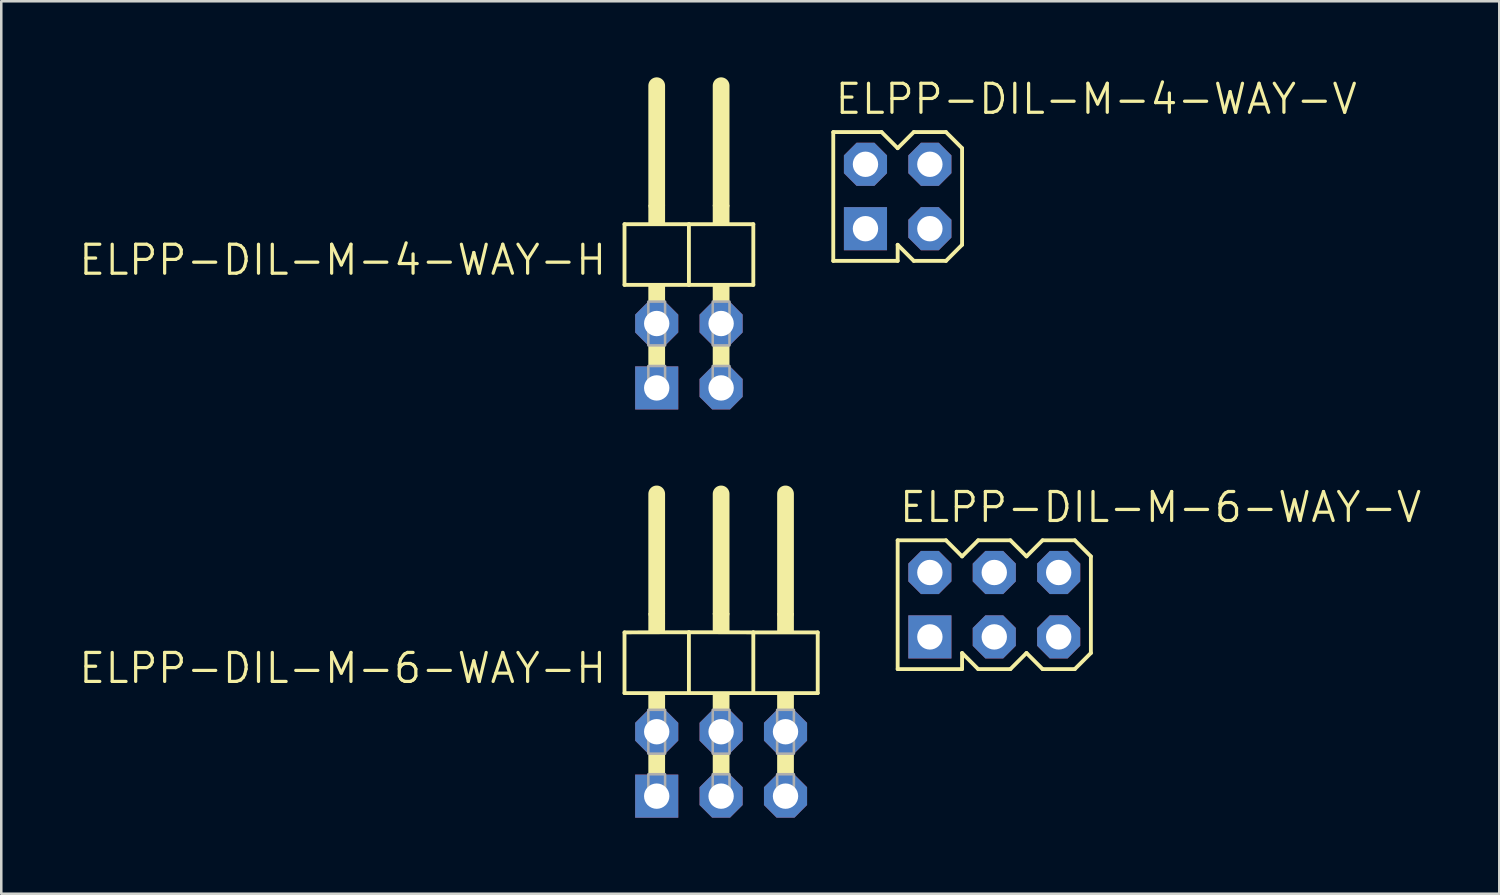
<source format=kicad_pcb>
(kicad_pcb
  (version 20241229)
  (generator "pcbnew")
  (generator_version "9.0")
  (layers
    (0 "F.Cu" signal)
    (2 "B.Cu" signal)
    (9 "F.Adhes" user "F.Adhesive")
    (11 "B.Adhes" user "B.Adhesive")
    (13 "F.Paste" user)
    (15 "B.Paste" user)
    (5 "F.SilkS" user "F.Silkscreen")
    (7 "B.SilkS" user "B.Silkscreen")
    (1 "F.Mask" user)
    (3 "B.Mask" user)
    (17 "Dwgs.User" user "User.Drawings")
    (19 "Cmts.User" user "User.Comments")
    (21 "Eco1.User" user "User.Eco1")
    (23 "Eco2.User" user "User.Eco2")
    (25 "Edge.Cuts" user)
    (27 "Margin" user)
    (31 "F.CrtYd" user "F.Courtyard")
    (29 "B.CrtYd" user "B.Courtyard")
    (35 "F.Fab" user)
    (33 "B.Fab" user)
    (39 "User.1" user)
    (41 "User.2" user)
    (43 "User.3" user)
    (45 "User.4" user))
  (footprint "ELPP-DIL-M-6-WAY-H"
    (layer "F.Cu")
    (at 25.389 27.078)
    (property "Reference" "ELPP-DIL-M-6-WAY-H" (at -4.445 -4.445 0) (unlocked yes) (layer "F.SilkS") (effects (font (size 1.143 1.143) (thickness 0.127)) (justify right top)))
    (fp_line (start -3.81 -5.188) (end -1.27 -5.194) (stroke (width 0.152) (type solid)) (layer "F.SilkS"))
    (fp_line (start -3.81 -2.794) (end -3.81 -5.188) (stroke (width 0.152) (type solid)) (layer "F.SilkS"))
    (fp_line (start -2.54 -5.95) (end -2.54 -10.649) (stroke (width 0.66) (type solid)) (layer "F.SilkS"))
    (fp_line (start -1.27 -5.194) (end 1.27 -5.188) (stroke (width 0.152) (type solid)) (layer "F.SilkS"))
    (fp_line (start -1.27 -2.794) (end -3.81 -2.794) (stroke (width 0.152) (type solid)) (layer "F.SilkS"))
    (fp_line (start -1.27 -2.794) (end -1.27 -5.194) (stroke (width 0.152) (type solid)) (layer "F.SilkS"))
    (fp_line (start -1.27 -2.794) (end 1.27 -2.794) (stroke (width 0.152) (type solid)) (layer "F.SilkS"))
    (fp_line (start 0 -5.95) (end 0 -10.649) (stroke (width 0.66) (type solid)) (layer "F.SilkS"))
    (fp_line (start 1.27 -5.188) (end 3.81 -5.188) (stroke (width 0.152) (type solid)) (layer "F.SilkS"))
    (fp_line (start 1.27 -2.794) (end 1.27 -5.188) (stroke (width 0.152) (type solid)) (layer "F.SilkS"))
    (fp_line (start 2.54 -5.95) (end 2.54 -10.649) (stroke (width 0.66) (type solid)) (layer "F.SilkS"))
    (fp_line (start 3.81 -2.794) (end 1.27 -2.794) (stroke (width 0.152) (type solid)) (layer "F.SilkS"))
    (fp_line (start 3.81 -2.794) (end 3.81 -5.188) (stroke (width 0.152) (type solid)) (layer "F.SilkS"))
    (fp_poly (pts (xy -2.87 -5.188) (xy -2.21 -5.188) (xy -2.21 -5.95) (xy -2.87 -5.95)) (stroke (width 0) (type default)) (fill yes) (layer "F.SilkS"))
    (fp_poly (pts (xy -2.87 -2.134) (xy -2.21 -2.134) (xy -2.21 -2.794) (xy -2.87 -2.794)) (stroke (width 0) (type default)) (fill yes) (layer "F.SilkS"))
    (fp_poly (pts (xy -2.87 0.406) (xy -2.21 0.406) (xy -2.21 -0.406) (xy -2.87 -0.406)) (stroke (width 0) (type default)) (fill yes) (layer "F.SilkS"))
    (fp_poly (pts (xy -0.33 -5.188) (xy 0.33 -5.188) (xy 0.33 -5.95) (xy -0.33 -5.95)) (stroke (width 0) (type default)) (fill yes) (layer "F.SilkS"))
    (fp_poly (pts (xy -0.33 -2.134) (xy 0.33 -2.134) (xy 0.33 -2.794) (xy -0.33 -2.794)) (stroke (width 0) (type default)) (fill yes) (layer "F.SilkS"))
    (fp_poly (pts (xy -0.33 0.406) (xy 0.33 0.406) (xy 0.33 -0.406) (xy -0.33 -0.406)) (stroke (width 0) (type default)) (fill yes) (layer "F.SilkS"))
    (fp_poly (pts (xy 2.21 -5.188) (xy 2.87 -5.188) (xy 2.87 -5.95) (xy 2.21 -5.95)) (stroke (width 0) (type default)) (fill yes) (layer "F.SilkS"))
    (fp_poly (pts (xy 2.21 -2.134) (xy 2.87 -2.134) (xy 2.87 -2.794) (xy 2.21 -2.794)) (stroke (width 0) (type default)) (fill yes) (layer "F.SilkS"))
    (fp_poly (pts (xy 2.21 0.406) (xy 2.87 0.406) (xy 2.87 -0.406) (xy 2.21 -0.406)) (stroke (width 0) (type default)) (fill yes) (layer "F.SilkS"))
    (fp_poly (pts (xy -2.87 -0.406) (xy -2.21 -0.406) (xy -2.21 -2.134) (xy -2.87 -2.134)) (stroke (width 0.1) (type default)) (fill no) (layer "F.Fab"))
    (fp_poly (pts (xy -2.87 1.575) (xy -2.21 1.575) (xy -2.21 0.406) (xy -2.87 0.406)) (stroke (width 0.1) (type default)) (fill no) (layer "F.Fab"))
    (fp_poly (pts (xy -0.33 -0.406) (xy 0.33 -0.406) (xy 0.33 -2.134) (xy -0.33 -2.134)) (stroke (width 0.1) (type default)) (fill no) (layer "F.Fab"))
    (fp_poly (pts (xy -0.33 1.575) (xy 0.33 1.575) (xy 0.33 0.406) (xy -0.33 0.406)) (stroke (width 0.1) (type default)) (fill no) (layer "F.Fab"))
    (fp_poly (pts (xy 2.21 -0.406) (xy 2.87 -0.406) (xy 2.87 -2.134) (xy 2.21 -2.134)) (stroke (width 0.1) (type default)) (fill no) (layer "F.Fab"))
    (fp_poly (pts (xy 2.21 1.575) (xy 2.87 1.575) (xy 2.87 0.406) (xy 2.21 0.406)) (stroke (width 0.1) (type default)) (fill no) (layer "F.Fab"))
    (pad "1" thru_hole rect (at -2.54 1.27) (size 1.7 1.7) (drill 1) (layers "*.Cu" "*.Mask"))
    (pad "2" thru_hole roundrect (at -2.54 -1.27) (size 1.7 1.7) (drill 1) (layers "*.Cu" "*.Mask") (roundrect_rratio 0.25) (chamfer_ratio 0.293) (chamfer top_left top_right bottom_left bottom_right))
    (pad "3" thru_hole roundrect (at 0 1.27) (size 1.7 1.7) (drill 1) (layers "*.Cu" "*.Mask") (roundrect_rratio 0.25) (chamfer_ratio 0.293) (chamfer top_left top_right bottom_left bottom_right))
    (pad "4" thru_hole roundrect (at 0 -1.27) (size 1.7 1.7) (drill 1) (layers "*.Cu" "*.Mask") (roundrect_rratio 0.25) (chamfer_ratio 0.293) (chamfer top_left top_right bottom_left bottom_right))
    (pad "5" thru_hole roundrect (at 2.54 1.27) (size 1.7 1.7) (drill 1) (layers "*.Cu" "*.Mask") (roundrect_rratio 0.25) (chamfer_ratio 0.293) (chamfer top_left top_right bottom_left bottom_right))
    (pad "6" thru_hole roundrect (at 2.54 -1.27) (size 1.7 1.7) (drill 1) (layers "*.Cu" "*.Mask") (roundrect_rratio 0.25) (chamfer_ratio 0.293) (chamfer top_left top_right bottom_left bottom_right)))
  (footprint "ELPP-DIL-M-4-WAY-V"
    (layer "F.Cu")
    (at 32.352 4.699)
    (property "Reference" "ELPP-DIL-M-4-WAY-V" (at -2.54 -3.175 0) (unlocked yes) (layer "F.SilkS") (effects (font (size 1.143 1.143) (thickness 0.127)) (justify left bottom)))
    (fp_line (start -2.54 -2.54) (end -0.635 -2.54) (stroke (width 0.152) (type solid)) (layer "F.SilkS"))
    (fp_line (start -2.54 2.54) (end -2.54 -2.54) (stroke (width 0.152) (type solid)) (layer "F.SilkS"))
    (fp_line (start -2.54 2.54) (end 0 2.54) (stroke (width 0.152) (type solid)) (layer "F.SilkS"))
    (fp_line (start -0.635 -2.54) (end 0 -1.905) (stroke (width 0.152) (type solid)) (layer "F.SilkS"))
    (fp_line (start 0 -1.905) (end 0.635 -2.54) (stroke (width 0.152) (type solid)) (layer "F.SilkS"))
    (fp_line (start 0 2.54) (end 0 1.905) (stroke (width 0.152) (type solid)) (layer "F.SilkS"))
    (fp_line (start 0.635 -2.54) (end 1.905 -2.54) (stroke (width 0.152) (type solid)) (layer "F.SilkS"))
    (fp_line (start 0.635 2.54) (end 0 1.905) (stroke (width 0.152) (type solid)) (layer "F.SilkS"))
    (fp_line (start 1.905 -2.54) (end 2.54 -1.905) (stroke (width 0.152) (type solid)) (layer "F.SilkS"))
    (fp_line (start 1.905 2.54) (end 0.635 2.54) (stroke (width 0.152) (type solid)) (layer "F.SilkS"))
    (fp_line (start 2.54 1.905) (end 1.905 2.54) (stroke (width 0.152) (type solid)) (layer "F.SilkS"))
    (fp_line (start 2.54 1.905) (end 2.54 -1.905) (stroke (width 0.152) (type solid)) (layer "F.SilkS"))
    (fp_poly (pts (xy -1.524 -1.016) (xy -1.016 -1.016) (xy -1.016 -1.524) (xy -1.524 -1.524)) (stroke (width 0.1) (type default)) (fill no) (layer "F.Fab"))
    (fp_poly (pts (xy -1.524 1.524) (xy -1.016 1.524) (xy -1.016 1.016) (xy -1.524 1.016)) (stroke (width 0.1) (type default)) (fill no) (layer "F.Fab"))
    (fp_poly (pts (xy 1.016 -1.016) (xy 1.524 -1.016) (xy 1.524 -1.524) (xy 1.016 -1.524)) (stroke (width 0.1) (type default)) (fill no) (layer "F.Fab"))
    (fp_poly (pts (xy 1.016 1.524) (xy 1.524 1.524) (xy 1.524 1.016) (xy 1.016 1.016)) (stroke (width 0.1) (type default)) (fill no) (layer "F.Fab"))
    (pad "1" thru_hole rect (at -1.27 1.27 90) (size 1.7 1.7) (drill 1) (layers "*.Cu" "*.Mask"))
    (pad "2" thru_hole roundrect (at -1.27 -1.27 90) (size 1.7 1.7) (drill 1) (layers "*.Cu" "*.Mask") (roundrect_rratio 0.25) (chamfer_ratio 0.293) (chamfer top_left top_right bottom_left bottom_right))
    (pad "3" thru_hole roundrect (at 1.27 1.27 90) (size 1.7 1.7) (drill 1) (layers "*.Cu" "*.Mask") (roundrect_rratio 0.25) (chamfer_ratio 0.293) (chamfer top_left top_right bottom_left bottom_right))
    (pad "4" thru_hole roundrect (at 1.27 -1.27 90) (size 1.7 1.7) (drill 1) (layers "*.Cu" "*.Mask") (roundrect_rratio 0.25) (chamfer_ratio 0.293) (chamfer top_left top_right bottom_left bottom_right)))
  (footprint "ELPP-DIL-M-6-WAY-V"
    (layer "F.Cu")
    (at 36.162 20.798)
    (property "Reference" "ELPP-DIL-M-6-WAY-V" (at -3.81 -3.175 0) (unlocked yes) (layer "F.SilkS") (effects (font (size 1.143 1.143) (thickness 0.127)) (justify left bottom)))
    (fp_line (start -3.81 -2.54) (end -1.905 -2.54) (stroke (width 0.152) (type solid)) (layer "F.SilkS"))
    (fp_line (start -3.81 2.54) (end -3.81 -2.54) (stroke (width 0.152) (type solid)) (layer "F.SilkS"))
    (fp_line (start -3.81 2.54) (end -1.27 2.54) (stroke (width 0.152) (type solid)) (layer "F.SilkS"))
    (fp_line (start -1.905 -2.54) (end -1.27 -1.905) (stroke (width 0.152) (type solid)) (layer "F.SilkS"))
    (fp_line (start -1.27 -1.905) (end -0.635 -2.54) (stroke (width 0.152) (type solid)) (layer "F.SilkS"))
    (fp_line (start -1.27 2.54) (end -1.27 1.905) (stroke (width 0.152) (type solid)) (layer "F.SilkS"))
    (fp_line (start -0.635 -2.54) (end 0.635 -2.54) (stroke (width 0.152) (type solid)) (layer "F.SilkS"))
    (fp_line (start -0.635 2.54) (end -1.27 1.905) (stroke (width 0.152) (type solid)) (layer "F.SilkS"))
    (fp_line (start 0.635 -2.54) (end 1.27 -1.905) (stroke (width 0.152) (type solid)) (layer "F.SilkS"))
    (fp_line (start 0.635 2.54) (end -0.635 2.54) (stroke (width 0.152) (type solid)) (layer "F.SilkS"))
    (fp_line (start 1.27 -1.905) (end 1.905 -2.54) (stroke (width 0.152) (type solid)) (layer "F.SilkS"))
    (fp_line (start 1.27 1.905) (end 0.635 2.54) (stroke (width 0.152) (type solid)) (layer "F.SilkS"))
    (fp_line (start 1.905 -2.54) (end 3.175 -2.54) (stroke (width 0.152) (type solid)) (layer "F.SilkS"))
    (fp_line (start 1.905 2.54) (end 1.27 1.905) (stroke (width 0.152) (type solid)) (layer "F.SilkS"))
    (fp_line (start 3.175 -2.54) (end 3.81 -1.905) (stroke (width 0.152) (type solid)) (layer "F.SilkS"))
    (fp_line (start 3.175 2.54) (end 1.905 2.54) (stroke (width 0.152) (type solid)) (layer "F.SilkS"))
    (fp_line (start 3.81 1.905) (end 3.175 2.54) (stroke (width 0.152) (type solid)) (layer "F.SilkS"))
    (fp_line (start 3.81 1.905) (end 3.81 -1.905) (stroke (width 0.152) (type solid)) (layer "F.SilkS"))
    (fp_poly (pts (xy -2.794 -1.016) (xy -2.286 -1.016) (xy -2.286 -1.524) (xy -2.794 -1.524)) (stroke (width 0.1) (type default)) (fill no) (layer "F.Fab"))
    (fp_poly (pts (xy -2.794 1.524) (xy -2.286 1.524) (xy -2.286 1.016) (xy -2.794 1.016)) (stroke (width 0.1) (type default)) (fill no) (layer "F.Fab"))
    (fp_poly (pts (xy -0.254 -1.016) (xy 0.254 -1.016) (xy 0.254 -1.524) (xy -0.254 -1.524)) (stroke (width 0.1) (type default)) (fill no) (layer "F.Fab"))
    (fp_poly (pts (xy -0.254 1.524) (xy 0.254 1.524) (xy 0.254 1.016) (xy -0.254 1.016)) (stroke (width 0.1) (type default)) (fill no) (layer "F.Fab"))
    (fp_poly (pts (xy 2.286 -1.016) (xy 2.794 -1.016) (xy 2.794 -1.524) (xy 2.286 -1.524)) (stroke (width 0.1) (type default)) (fill no) (layer "F.Fab"))
    (fp_poly (pts (xy 2.286 1.524) (xy 2.794 1.524) (xy 2.794 1.016) (xy 2.286 1.016)) (stroke (width 0.1) (type default)) (fill no) (layer "F.Fab"))
    (pad "1" thru_hole rect (at -2.54 1.27 90) (size 1.7 1.7) (drill 1) (layers "*.Cu" "*.Mask"))
    (pad "2" thru_hole roundrect (at -2.54 -1.27 90) (size 1.7 1.7) (drill 1) (layers "*.Cu" "*.Mask") (roundrect_rratio 0.25) (chamfer_ratio 0.293) (chamfer top_left top_right bottom_left bottom_right))
    (pad "3" thru_hole roundrect (at 0 1.27 90) (size 1.7 1.7) (drill 1) (layers "*.Cu" "*.Mask") (roundrect_rratio 0.25) (chamfer_ratio 0.293) (chamfer top_left top_right bottom_left bottom_right))
    (pad "4" thru_hole roundrect (at 0 -1.27 90) (size 1.7 1.7) (drill 1) (layers "*.Cu" "*.Mask") (roundrect_rratio 0.25) (chamfer_ratio 0.293) (chamfer top_left top_right bottom_left bottom_right))
    (pad "5" thru_hole roundrect (at 2.54 1.27 90) (size 1.7 1.7) (drill 1) (layers "*.Cu" "*.Mask") (roundrect_rratio 0.25) (chamfer_ratio 0.293) (chamfer top_left top_right bottom_left bottom_right))
    (pad "6" thru_hole roundrect (at 2.54 -1.27 90) (size 1.7 1.7) (drill 1) (layers "*.Cu" "*.Mask") (roundrect_rratio 0.25) (chamfer_ratio 0.293) (chamfer top_left top_right bottom_left bottom_right)))
  (footprint "ELPP-DIL-M-4-WAY-H"
    (layer "F.Cu")
    (at 24.119 10.979)
    (property "Reference" "ELPP-DIL-M-4-WAY-H" (at -3.175 -4.445 0) (unlocked yes) (layer "F.SilkS") (effects (font (size 1.143 1.143) (thickness 0.127)) (justify right top)))
    (fp_line (start -2.54 -5.188) (end 0 -5.188) (stroke (width 0.152) (type solid)) (layer "F.SilkS"))
    (fp_line (start -2.54 -2.794) (end -2.54 -5.188) (stroke (width 0.152) (type solid)) (layer "F.SilkS"))
    (fp_line (start -1.27 -5.95) (end -1.27 -10.649) (stroke (width 0.66) (type solid)) (layer "F.SilkS"))
    (fp_line (start 0 -5.188) (end 2.54 -5.188) (stroke (width 0.152) (type solid)) (layer "F.SilkS"))
    (fp_line (start 0 -2.794) (end -2.54 -2.794) (stroke (width 0.152) (type solid)) (layer "F.SilkS"))
    (fp_line (start 0 -2.794) (end 0 -5.188) (stroke (width 0.152) (type solid)) (layer "F.SilkS"))
    (fp_line (start 0 -2.794) (end 2.54 -2.794) (stroke (width 0.152) (type solid)) (layer "F.SilkS"))
    (fp_line (start 1.27 -5.95) (end 1.27 -10.649) (stroke (width 0.66) (type solid)) (layer "F.SilkS"))
    (fp_line (start 2.54 -2.794) (end 2.54 -5.188) (stroke (width 0.152) (type solid)) (layer "F.SilkS"))
    (fp_poly (pts (xy -1.6 -5.188) (xy -0.94 -5.188) (xy -0.94 -5.95) (xy -1.6 -5.95)) (stroke (width 0) (type default)) (fill yes) (layer "F.SilkS"))
    (fp_poly (pts (xy -1.6 -2.134) (xy -0.94 -2.134) (xy -0.94 -2.794) (xy -1.6 -2.794)) (stroke (width 0) (type default)) (fill yes) (layer "F.SilkS"))
    (fp_poly (pts (xy -1.6 0.406) (xy -0.94 0.406) (xy -0.94 -0.406) (xy -1.6 -0.406)) (stroke (width 0) (type default)) (fill yes) (layer "F.SilkS"))
    (fp_poly (pts (xy 0.94 -5.188) (xy 1.6 -5.188) (xy 1.6 -5.95) (xy 0.94 -5.95)) (stroke (width 0) (type default)) (fill yes) (layer "F.SilkS"))
    (fp_poly (pts (xy 0.94 -2.134) (xy 1.6 -2.134) (xy 1.6 -2.794) (xy 0.94 -2.794)) (stroke (width 0) (type default)) (fill yes) (layer "F.SilkS"))
    (fp_poly (pts (xy 0.94 0.406) (xy 1.6 0.406) (xy 1.6 -0.406) (xy 0.94 -0.406)) (stroke (width 0) (type default)) (fill yes) (layer "F.SilkS"))
    (fp_poly (pts (xy -1.6 -0.406) (xy -0.94 -0.406) (xy -0.94 -2.134) (xy -1.6 -2.134)) (stroke (width 0.1) (type default)) (fill no) (layer "F.Fab"))
    (fp_poly (pts (xy -1.6 1.575) (xy -0.94 1.575) (xy -0.94 0.406) (xy -1.6 0.406)) (stroke (width 0.1) (type default)) (fill no) (layer "F.Fab"))
    (fp_poly (pts (xy 0.94 -0.406) (xy 1.6 -0.406) (xy 1.6 -2.134) (xy 0.94 -2.134)) (stroke (width 0.1) (type default)) (fill no) (layer "F.Fab"))
    (fp_poly (pts (xy 0.94 1.575) (xy 1.6 1.575) (xy 1.6 0.406) (xy 0.94 0.406)) (stroke (width 0.1) (type default)) (fill no) (layer "F.Fab"))
    (pad "1" thru_hole rect (at -1.27 1.27) (size 1.7 1.7) (drill 1) (layers "*.Cu" "*.Mask"))
    (pad "2" thru_hole roundrect (at -1.27 -1.27) (size 1.7 1.7) (drill 1) (layers "*.Cu" "*.Mask") (roundrect_rratio 0.25) (chamfer_ratio 0.293) (chamfer top_left top_right bottom_left bottom_right))
    (pad "3" thru_hole roundrect (at 1.27 1.27) (size 1.7 1.7) (drill 1) (layers "*.Cu" "*.Mask") (roundrect_rratio 0.25) (chamfer_ratio 0.293) (chamfer top_left top_right bottom_left bottom_right))
    (pad "4" thru_hole roundrect (at 1.27 -1.27) (size 1.7 1.7) (drill 1) (layers "*.Cu" "*.Mask") (roundrect_rratio 0.25) (chamfer_ratio 0.293) (chamfer top_left top_right bottom_left bottom_right)))
  (gr_rect
    (start -3 -3)
    (end 56.078 32.198)
    (stroke (width 0.1) (type default))
    (fill no)
    (layer "Edge.Cuts")))
</source>
